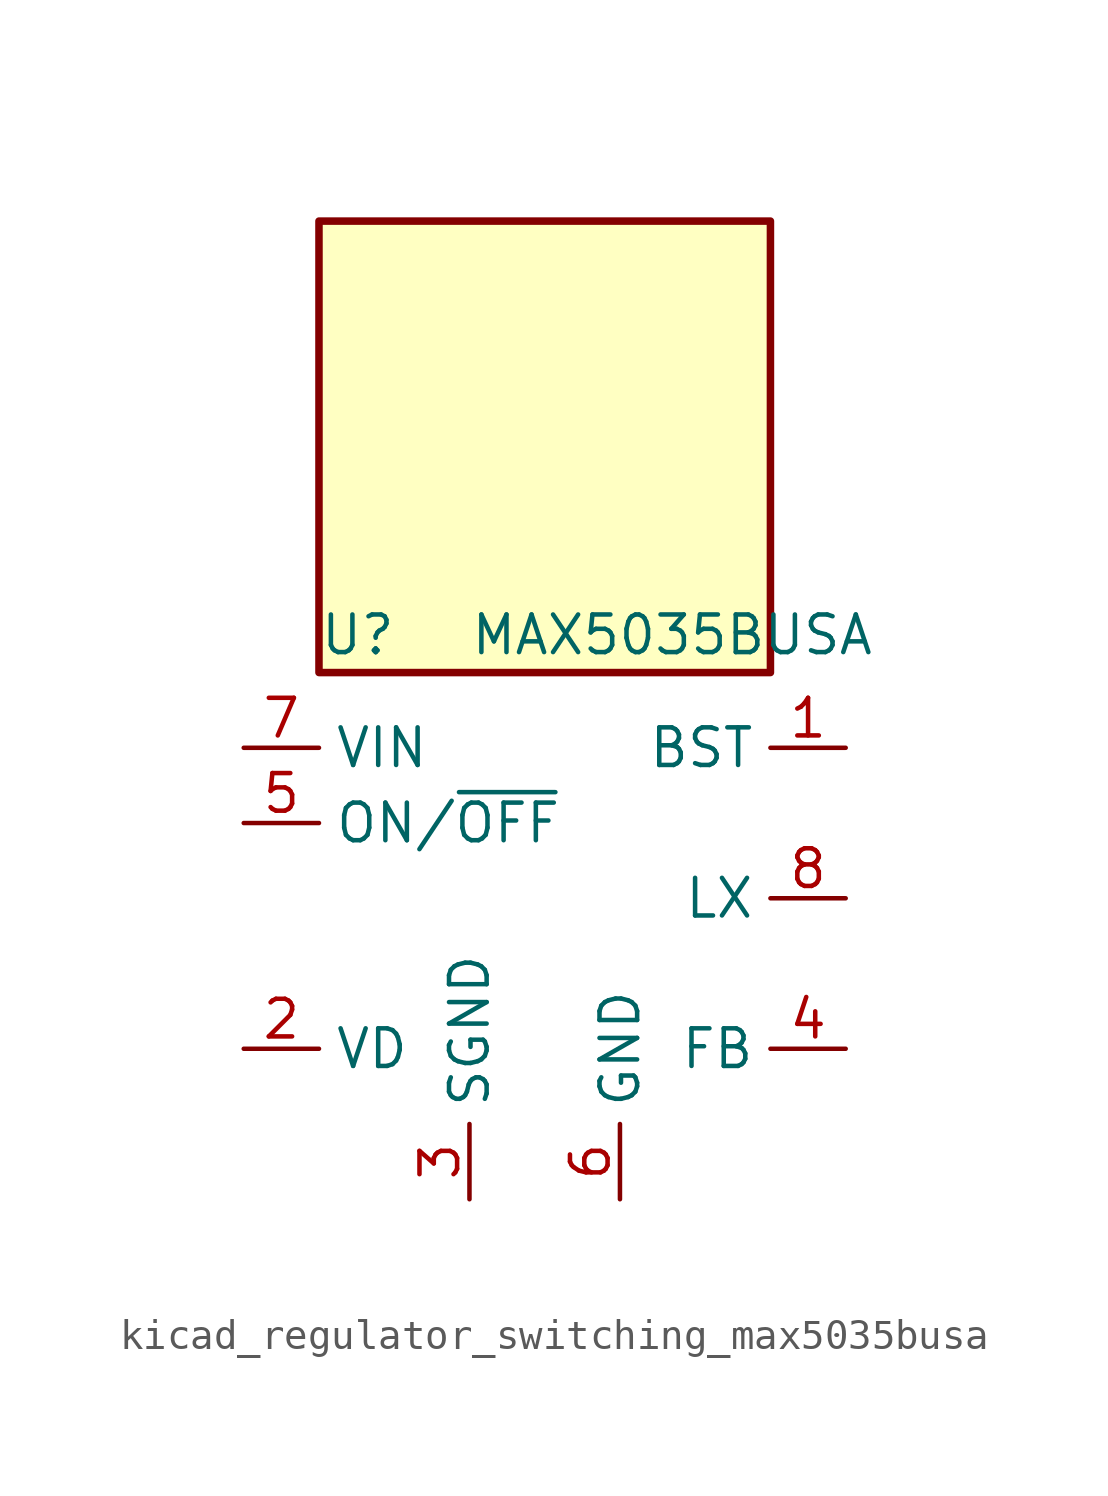
<source format=kicad_sym>
(kicad_symbol_lib
  (version 20220914)
  (generator kicad_symbol_editor)
  (symbol "kicad_regulator_switching_max5035busa"
    (property "Reference" "U"
      (at -7.62 8.89 0)
      (effects (font (size 1.27 1.27)) (justify left)))
    (property "Value" "MAX5035BUSA"
      (at -2.54 8.89 0)
      (effects (font (size 1.27 1.27)) (justify left)))
    (symbol "kicad_regulator_switching_max5035busa_0_1"
      (rectangle (start 7.62 22.86) (end -7.62 7.62) (stroke (width 0.254) (type default)) (fill (type background))))
    (symbol "kicad_regulator_switching_max5035busa_1_1"
      (pin passive line (at 10.16 5.08 180) (length 2.54) (name "BST" (effects (font (size 1.27 1.27)))) (number "1" (effects (font (size 1.27 1.27)))))
      (pin passive line (at -10.16 -5.08 0) (length 2.54) (name "VD" (effects (font (size 1.27 1.27)))) (number "2" (effects (font (size 1.27 1.27)))))
      (pin power_in line (at -2.54 -10.16 90) (length 2.54) (name "SGND" (effects (font (size 1.27 1.27)))) (number "3" (effects (font (size 1.27 1.27)))))
      (pin input line (at 10.16 -5.08 180) (length 2.54) (name "FB" (effects (font (size 1.27 1.27)))) (number "4" (effects (font (size 1.27 1.27)))))
      (pin input line (at -10.16 2.54 0) (length 2.54) (name "ON/~{OFF}" (effects (font (size 1.27 1.27)))) (number "5" (effects (font (size 1.27 1.27)))))
      (pin power_in line (at 2.54 -10.16 90) (length 2.54) (name "GND" (effects (font (size 1.27 1.27)))) (number "6" (effects (font (size 1.27 1.27)))))
      (pin power_in line (at -10.16 5.08 0) (length 2.54) (name "VIN" (effects (font (size 1.27 1.27)))) (number "7" (effects (font (size 1.27 1.27)))))
      (pin output line (at 10.16 0 180) (length 2.54) (name "LX" (effects (font (size 1.27 1.27)))) (number "8" (effects (font (size 1.27 1.27))))))))
</source>
